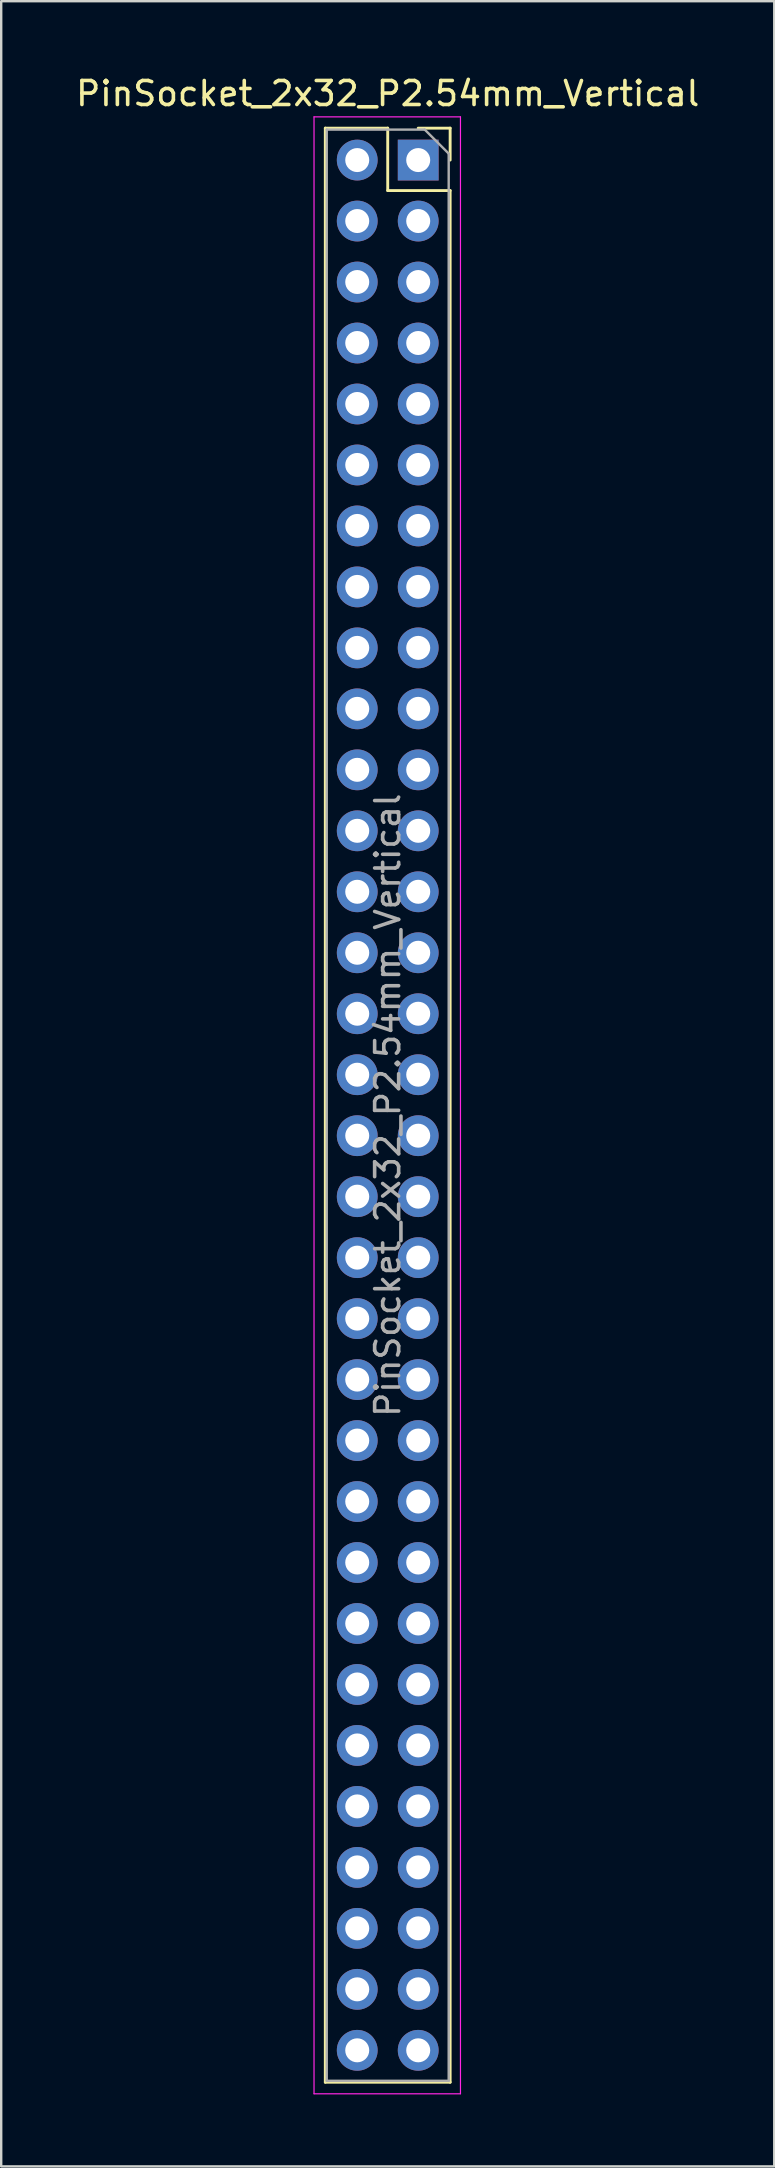
<source format=kicad_pcb>
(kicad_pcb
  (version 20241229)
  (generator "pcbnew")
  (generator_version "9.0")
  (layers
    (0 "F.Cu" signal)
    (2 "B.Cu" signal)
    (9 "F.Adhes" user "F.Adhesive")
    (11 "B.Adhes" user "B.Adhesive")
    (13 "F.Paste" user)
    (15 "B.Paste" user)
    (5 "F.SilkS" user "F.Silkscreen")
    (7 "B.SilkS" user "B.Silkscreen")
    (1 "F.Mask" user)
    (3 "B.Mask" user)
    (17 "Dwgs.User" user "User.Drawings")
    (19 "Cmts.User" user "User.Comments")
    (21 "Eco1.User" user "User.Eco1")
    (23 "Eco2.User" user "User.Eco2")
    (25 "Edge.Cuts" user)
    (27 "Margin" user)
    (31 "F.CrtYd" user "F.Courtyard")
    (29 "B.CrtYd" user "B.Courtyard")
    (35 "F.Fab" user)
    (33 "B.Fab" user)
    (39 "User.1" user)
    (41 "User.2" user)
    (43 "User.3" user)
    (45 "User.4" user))
  (footprint "PinSocket_2x32_P2.54mm_Vertical"
    (layer "F.Cu")
    (at 14.371 3.618)
    (property "Reference" "PinSocket_2x32_P2.54mm_Vertical" (at -1.27 -2.77 0) (layer "F.SilkS") (effects (font (size 1 1) (thickness 0.15))))
    (attr through_hole)
    (fp_line (start -3.87 -1.33) (end -3.87 80.07) (stroke (width 0.12) (type solid)) (layer "F.SilkS"))
    (fp_line (start -3.87 -1.33) (end -1.27 -1.33) (stroke (width 0.12) (type solid)) (layer "F.SilkS"))
    (fp_line (start -3.87 80.07) (end 1.33 80.07) (stroke (width 0.12) (type solid)) (layer "F.SilkS"))
    (fp_line (start -1.27 -1.33) (end -1.27 1.27) (stroke (width 0.12) (type solid)) (layer "F.SilkS"))
    (fp_line (start -1.27 1.27) (end 1.33 1.27) (stroke (width 0.12) (type solid)) (layer "F.SilkS"))
    (fp_line (start 0 -1.33) (end 1.33 -1.33) (stroke (width 0.12) (type solid)) (layer "F.SilkS"))
    (fp_line (start 1.33 -1.33) (end 1.33 0) (stroke (width 0.12) (type solid)) (layer "F.SilkS"))
    (fp_line (start 1.33 1.27) (end 1.33 80.07) (stroke (width 0.12) (type solid)) (layer "F.SilkS"))
    (fp_line (start -4.34 -1.8) (end 1.76 -1.8) (stroke (width 0.05) (type solid)) (layer "F.CrtYd"))
    (fp_line (start -4.34 80.55) (end -4.34 -1.8) (stroke (width 0.05) (type solid)) (layer "F.CrtYd"))
    (fp_line (start 1.76 -1.8) (end 1.76 80.55) (stroke (width 0.05) (type solid)) (layer "F.CrtYd"))
    (fp_line (start 1.76 80.55) (end -4.34 80.55) (stroke (width 0.05) (type solid)) (layer "F.CrtYd"))
    (fp_line (start -3.81 -1.27) (end 0.27 -1.27) (stroke (width 0.1) (type solid)) (layer "F.Fab"))
    (fp_line (start -3.81 80.01) (end -3.81 -1.27) (stroke (width 0.1) (type solid)) (layer "F.Fab"))
    (fp_line (start 0.27 -1.27) (end 1.27 -0.27) (stroke (width 0.1) (type solid)) (layer "F.Fab"))
    (fp_line (start 1.27 -0.27) (end 1.27 80.01) (stroke (width 0.1) (type solid)) (layer "F.Fab"))
    (fp_line (start 1.27 80.01) (end -3.81 80.01) (stroke (width 0.1) (type solid)) (layer "F.Fab"))
    (fp_text user "${REFERENCE}" (at -1.27 39.37 90) (layer "F.Fab") (effects (font (size 1 1) (thickness 0.15))))
    (pad "1" thru_hole rect (at 0 0) (size 1.7 1.7) (drill 1) (layers "*.Cu" "*.Mask"))
    (pad "2" thru_hole circle (at -2.54 0) (size 1.7 1.7) (drill 1) (layers "*.Cu" "*.Mask"))
    (pad "3" thru_hole circle (at 0 2.54) (size 1.7 1.7) (drill 1) (layers "*.Cu" "*.Mask"))
    (pad "4" thru_hole circle (at -2.54 2.54) (size 1.7 1.7) (drill 1) (layers "*.Cu" "*.Mask"))
    (pad "5" thru_hole circle (at 0 5.08) (size 1.7 1.7) (drill 1) (layers "*.Cu" "*.Mask"))
    (pad "6" thru_hole circle (at -2.54 5.08) (size 1.7 1.7) (drill 1) (layers "*.Cu" "*.Mask"))
    (pad "7" thru_hole circle (at 0 7.62) (size 1.7 1.7) (drill 1) (layers "*.Cu" "*.Mask"))
    (pad "8" thru_hole circle (at -2.54 7.62) (size 1.7 1.7) (drill 1) (layers "*.Cu" "*.Mask"))
    (pad "9" thru_hole circle (at 0 10.16) (size 1.7 1.7) (drill 1) (layers "*.Cu" "*.Mask"))
    (pad "10" thru_hole circle (at -2.54 10.16) (size 1.7 1.7) (drill 1) (layers "*.Cu" "*.Mask"))
    (pad "11" thru_hole circle (at 0 12.7) (size 1.7 1.7) (drill 1) (layers "*.Cu" "*.Mask"))
    (pad "12" thru_hole circle (at -2.54 12.7) (size 1.7 1.7) (drill 1) (layers "*.Cu" "*.Mask"))
    (pad "13" thru_hole circle (at 0 15.24) (size 1.7 1.7) (drill 1) (layers "*.Cu" "*.Mask"))
    (pad "14" thru_hole circle (at -2.54 15.24) (size 1.7 1.7) (drill 1) (layers "*.Cu" "*.Mask"))
    (pad "15" thru_hole circle (at 0 17.78) (size 1.7 1.7) (drill 1) (layers "*.Cu" "*.Mask"))
    (pad "16" thru_hole circle (at -2.54 17.78) (size 1.7 1.7) (drill 1) (layers "*.Cu" "*.Mask"))
    (pad "17" thru_hole circle (at 0 20.32) (size 1.7 1.7) (drill 1) (layers "*.Cu" "*.Mask"))
    (pad "18" thru_hole circle (at -2.54 20.32) (size 1.7 1.7) (drill 1) (layers "*.Cu" "*.Mask"))
    (pad "19" thru_hole circle (at 0 22.86) (size 1.7 1.7) (drill 1) (layers "*.Cu" "*.Mask"))
    (pad "20" thru_hole circle (at -2.54 22.86) (size 1.7 1.7) (drill 1) (layers "*.Cu" "*.Mask"))
    (pad "21" thru_hole circle (at 0 25.4) (size 1.7 1.7) (drill 1) (layers "*.Cu" "*.Mask"))
    (pad "22" thru_hole circle (at -2.54 25.4) (size 1.7 1.7) (drill 1) (layers "*.Cu" "*.Mask"))
    (pad "23" thru_hole circle (at 0 27.94) (size 1.7 1.7) (drill 1) (layers "*.Cu" "*.Mask"))
    (pad "24" thru_hole circle (at -2.54 27.94) (size 1.7 1.7) (drill 1) (layers "*.Cu" "*.Mask"))
    (pad "25" thru_hole circle (at 0 30.48) (size 1.7 1.7) (drill 1) (layers "*.Cu" "*.Mask"))
    (pad "26" thru_hole circle (at -2.54 30.48) (size 1.7 1.7) (drill 1) (layers "*.Cu" "*.Mask"))
    (pad "27" thru_hole circle (at 0 33.02) (size 1.7 1.7) (drill 1) (layers "*.Cu" "*.Mask"))
    (pad "28" thru_hole circle (at -2.54 33.02) (size 1.7 1.7) (drill 1) (layers "*.Cu" "*.Mask"))
    (pad "29" thru_hole circle (at 0 35.56) (size 1.7 1.7) (drill 1) (layers "*.Cu" "*.Mask"))
    (pad "30" thru_hole circle (at -2.54 35.56) (size 1.7 1.7) (drill 1) (layers "*.Cu" "*.Mask"))
    (pad "31" thru_hole circle (at 0 38.1) (size 1.7 1.7) (drill 1) (layers "*.Cu" "*.Mask"))
    (pad "32" thru_hole circle (at -2.54 38.1) (size 1.7 1.7) (drill 1) (layers "*.Cu" "*.Mask"))
    (pad "33" thru_hole circle (at 0 40.64) (size 1.7 1.7) (drill 1) (layers "*.Cu" "*.Mask"))
    (pad "34" thru_hole circle (at -2.54 40.64) (size 1.7 1.7) (drill 1) (layers "*.Cu" "*.Mask"))
    (pad "35" thru_hole circle (at 0 43.18) (size 1.7 1.7) (drill 1) (layers "*.Cu" "*.Mask"))
    (pad "36" thru_hole circle (at -2.54 43.18) (size 1.7 1.7) (drill 1) (layers "*.Cu" "*.Mask"))
    (pad "37" thru_hole circle (at 0 45.72) (size 1.7 1.7) (drill 1) (layers "*.Cu" "*.Mask"))
    (pad "38" thru_hole circle (at -2.54 45.72) (size 1.7 1.7) (drill 1) (layers "*.Cu" "*.Mask"))
    (pad "39" thru_hole circle (at 0 48.26) (size 1.7 1.7) (drill 1) (layers "*.Cu" "*.Mask"))
    (pad "40" thru_hole circle (at -2.54 48.26) (size 1.7 1.7) (drill 1) (layers "*.Cu" "*.Mask"))
    (pad "41" thru_hole circle (at 0 50.8) (size 1.7 1.7) (drill 1) (layers "*.Cu" "*.Mask"))
    (pad "42" thru_hole circle (at -2.54 50.8) (size 1.7 1.7) (drill 1) (layers "*.Cu" "*.Mask"))
    (pad "43" thru_hole circle (at 0 53.34) (size 1.7 1.7) (drill 1) (layers "*.Cu" "*.Mask"))
    (pad "44" thru_hole circle (at -2.54 53.34) (size 1.7 1.7) (drill 1) (layers "*.Cu" "*.Mask"))
    (pad "45" thru_hole circle (at 0 55.88) (size 1.7 1.7) (drill 1) (layers "*.Cu" "*.Mask"))
    (pad "46" thru_hole circle (at -2.54 55.88) (size 1.7 1.7) (drill 1) (layers "*.Cu" "*.Mask"))
    (pad "47" thru_hole circle (at 0 58.42) (size 1.7 1.7) (drill 1) (layers "*.Cu" "*.Mask"))
    (pad "48" thru_hole circle (at -2.54 58.42) (size 1.7 1.7) (drill 1) (layers "*.Cu" "*.Mask"))
    (pad "49" thru_hole circle (at 0 60.96) (size 1.7 1.7) (drill 1) (layers "*.Cu" "*.Mask"))
    (pad "50" thru_hole circle (at -2.54 60.96) (size 1.7 1.7) (drill 1) (layers "*.Cu" "*.Mask"))
    (pad "51" thru_hole circle (at 0 63.5) (size 1.7 1.7) (drill 1) (layers "*.Cu" "*.Mask"))
    (pad "52" thru_hole circle (at -2.54 63.5) (size 1.7 1.7) (drill 1) (layers "*.Cu" "*.Mask"))
    (pad "53" thru_hole circle (at 0 66.04) (size 1.7 1.7) (drill 1) (layers "*.Cu" "*.Mask"))
    (pad "54" thru_hole circle (at -2.54 66.04) (size 1.7 1.7) (drill 1) (layers "*.Cu" "*.Mask"))
    (pad "55" thru_hole circle (at 0 68.58) (size 1.7 1.7) (drill 1) (layers "*.Cu" "*.Mask"))
    (pad "56" thru_hole circle (at -2.54 68.58) (size 1.7 1.7) (drill 1) (layers "*.Cu" "*.Mask"))
    (pad "57" thru_hole circle (at 0 71.12) (size 1.7 1.7) (drill 1) (layers "*.Cu" "*.Mask"))
    (pad "58" thru_hole circle (at -2.54 71.12) (size 1.7 1.7) (drill 1) (layers "*.Cu" "*.Mask"))
    (pad "59" thru_hole circle (at 0 73.66) (size 1.7 1.7) (drill 1) (layers "*.Cu" "*.Mask"))
    (pad "60" thru_hole circle (at -2.54 73.66) (size 1.7 1.7) (drill 1) (layers "*.Cu" "*.Mask"))
    (pad "61" thru_hole circle (at 0 76.2) (size 1.7 1.7) (drill 1) (layers "*.Cu" "*.Mask"))
    (pad "62" thru_hole circle (at -2.54 76.2) (size 1.7 1.7) (drill 1) (layers "*.Cu" "*.Mask"))
    (pad "63" thru_hole circle (at 0 78.74) (size 1.7 1.7) (drill 1) (layers "*.Cu" "*.Mask"))
    (pad "64" thru_hole circle (at -2.54 78.74) (size 1.7 1.7) (drill 1) (layers "*.Cu" "*.Mask")))
  (gr_rect
    (start -3 -3)
    (end 29.202 87.193)
    (stroke (width 0.1) (type default))
    (fill no)
    (layer "Edge.Cuts")))
</source>
